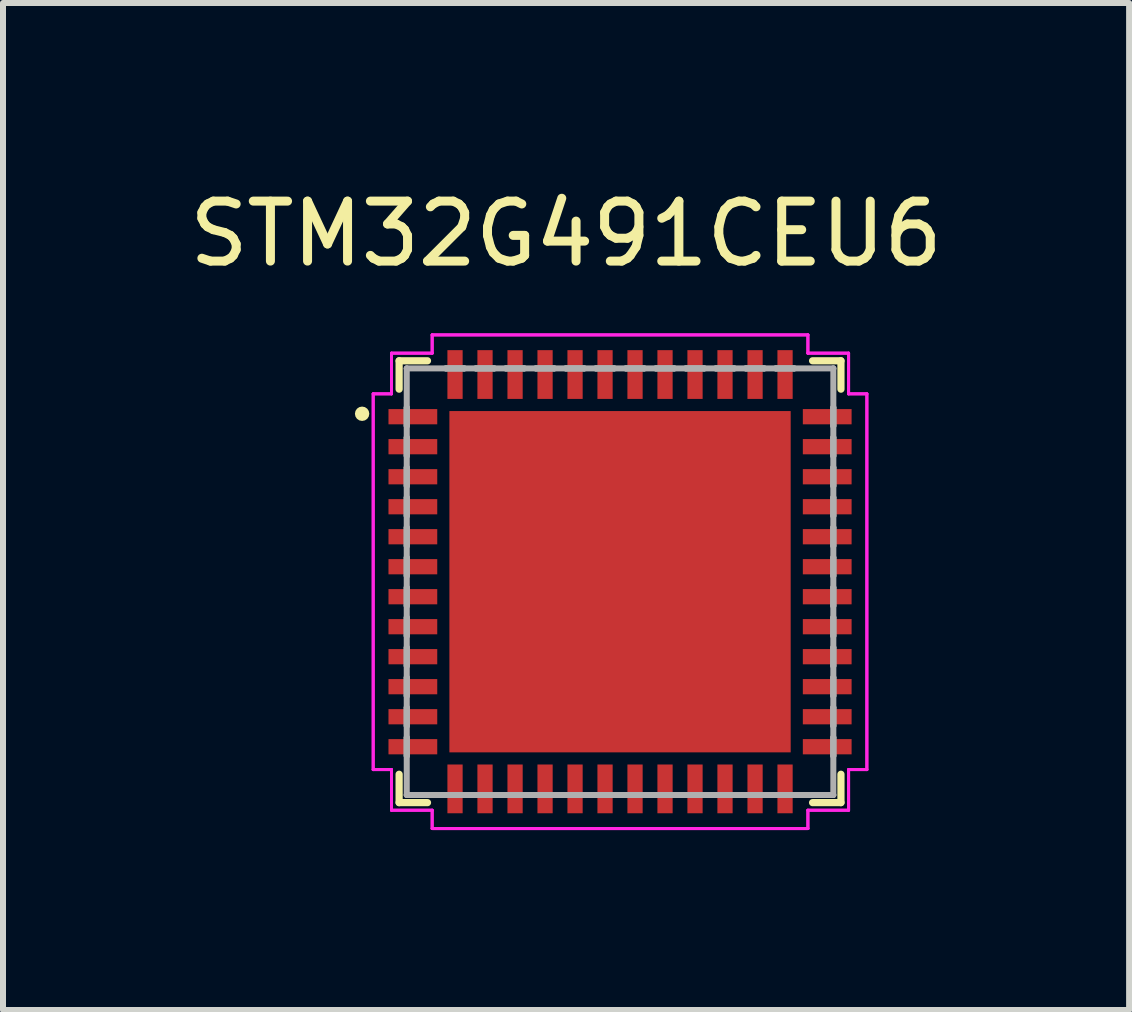
<source format=kicad_pcb>
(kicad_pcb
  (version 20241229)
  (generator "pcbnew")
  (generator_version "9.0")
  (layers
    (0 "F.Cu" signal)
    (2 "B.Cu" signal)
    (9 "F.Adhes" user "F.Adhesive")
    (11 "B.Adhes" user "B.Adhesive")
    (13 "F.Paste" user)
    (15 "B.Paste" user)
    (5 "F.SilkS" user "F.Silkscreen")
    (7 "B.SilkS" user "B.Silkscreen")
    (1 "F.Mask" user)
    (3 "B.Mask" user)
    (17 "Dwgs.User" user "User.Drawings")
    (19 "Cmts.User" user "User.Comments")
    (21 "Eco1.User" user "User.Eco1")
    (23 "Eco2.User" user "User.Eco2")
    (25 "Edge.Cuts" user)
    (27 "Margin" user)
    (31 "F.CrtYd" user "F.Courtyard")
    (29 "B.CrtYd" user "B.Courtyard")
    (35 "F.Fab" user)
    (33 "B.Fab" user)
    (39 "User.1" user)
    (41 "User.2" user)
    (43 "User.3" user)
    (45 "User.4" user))
  (footprint "STM32G491CEU6"
    (layer "F.Cu")
    (at 7.287 6.648)
    (property "Reference" "STM32G491CEU6" (at -0.9 -5.8 0) (layer "F.SilkS") (effects (font (size 1 1) (thickness 0.15))))
    (attr through_hole)
    (fp_line (start -3.683 -3.683) (end -3.683 -3.21) (stroke (width 0.12) (type solid)) (layer "F.SilkS"))
    (fp_line (start -3.683 3.21) (end -3.683 3.683) (stroke (width 0.12) (type solid)) (layer "F.SilkS"))
    (fp_line (start -3.683 3.683) (end -3.21 3.683) (stroke (width 0.12) (type solid)) (layer "F.SilkS"))
    (fp_line (start -3.21 -3.683) (end -3.683 -3.683) (stroke (width 0.12) (type solid)) (layer "F.SilkS"))
    (fp_line (start 3.21 3.683) (end 3.683 3.683) (stroke (width 0.12) (type solid)) (layer "F.SilkS"))
    (fp_line (start 3.683 -3.683) (end 3.21 -3.683) (stroke (width 0.12) (type solid)) (layer "F.SilkS"))
    (fp_line (start 3.683 -3.21) (end 3.683 -3.683) (stroke (width 0.12) (type solid)) (layer "F.SilkS"))
    (fp_line (start 3.683 3.683) (end 3.683 3.21) (stroke (width 0.12) (type solid)) (layer "F.SilkS"))
    (fp_circle (center -4.3 -2.8) (end -4.3 -2.8) (stroke (width 0.12) (type solid)) (fill no) (layer "F.SilkS"))
    (fp_poly (pts (xy -2.022 -1.822) (xy -2.022 -0.6) (xy -0.8 -0.6) (xy -0.8 -1.822)) (stroke (width 0.1) (type solid)) (fill yes) (layer "F.Paste"))
    (fp_poly (pts (xy -2.022 0.6) (xy -2.022 1.822) (xy -0.8 1.822) (xy -0.8 0.6)) (stroke (width 0.1) (type solid)) (fill yes) (layer "F.Paste"))
    (fp_poly (pts (xy 0.7 -1.822) (xy 0.7 -0.6) (xy 1.922 -0.6) (xy 1.922 -1.822)) (stroke (width 0.1) (type solid)) (fill yes) (layer "F.Paste"))
    (fp_poly (pts (xy 0.7 0.6) (xy 0.7 1.822) (xy 1.922 1.822) (xy 1.922 0.6)) (stroke (width 0.1) (type solid)) (fill yes) (layer "F.Paste"))
    (fp_line (start -4.115 -3.132) (end -3.81 -3.132) (stroke (width 0.05) (type solid)) (layer "F.CrtYd"))
    (fp_line (start -4.115 -3.132) (end -3.81 -3.132) (stroke (width 0.05) (type solid)) (layer "F.CrtYd"))
    (fp_line (start -4.115 3.132) (end -4.115 -3.132) (stroke (width 0.05) (type solid)) (layer "F.CrtYd"))
    (fp_line (start -4.115 3.132) (end -4.115 -3.132) (stroke (width 0.05) (type solid)) (layer "F.CrtYd"))
    (fp_line (start -3.81 -3.81) (end -3.132 -3.81) (stroke (width 0.05) (type solid)) (layer "F.CrtYd"))
    (fp_line (start -3.81 -3.81) (end -3.132 -3.81) (stroke (width 0.05) (type solid)) (layer "F.CrtYd"))
    (fp_line (start -3.81 -3.132) (end -3.81 -3.81) (stroke (width 0.05) (type solid)) (layer "F.CrtYd"))
    (fp_line (start -3.81 -3.132) (end -3.81 -3.81) (stroke (width 0.05) (type solid)) (layer "F.CrtYd"))
    (fp_line (start -3.81 3.132) (end -4.115 3.132) (stroke (width 0.05) (type solid)) (layer "F.CrtYd"))
    (fp_line (start -3.81 3.132) (end -4.115 3.132) (stroke (width 0.05) (type solid)) (layer "F.CrtYd"))
    (fp_line (start -3.81 3.81) (end -3.81 3.132) (stroke (width 0.05) (type solid)) (layer "F.CrtYd"))
    (fp_line (start -3.81 3.81) (end -3.81 3.132) (stroke (width 0.05) (type solid)) (layer "F.CrtYd"))
    (fp_line (start -3.132 -4.115) (end 3.132 -4.115) (stroke (width 0.05) (type solid)) (layer "F.CrtYd"))
    (fp_line (start -3.132 -4.115) (end 3.132 -4.115) (stroke (width 0.05) (type solid)) (layer "F.CrtYd"))
    (fp_line (start -3.132 -3.81) (end -3.132 -4.115) (stroke (width 0.05) (type solid)) (layer "F.CrtYd"))
    (fp_line (start -3.132 -3.81) (end -3.132 -4.115) (stroke (width 0.05) (type solid)) (layer "F.CrtYd"))
    (fp_line (start -3.132 3.81) (end -3.81 3.81) (stroke (width 0.05) (type solid)) (layer "F.CrtYd"))
    (fp_line (start -3.132 3.81) (end -3.81 3.81) (stroke (width 0.05) (type solid)) (layer "F.CrtYd"))
    (fp_line (start -3.132 4.115) (end -3.132 3.81) (stroke (width 0.05) (type solid)) (layer "F.CrtYd"))
    (fp_line (start -3.132 4.115) (end -3.132 3.81) (stroke (width 0.05) (type solid)) (layer "F.CrtYd"))
    (fp_line (start 3.132 -4.115) (end 3.132 -3.81) (stroke (width 0.05) (type solid)) (layer "F.CrtYd"))
    (fp_line (start 3.132 -4.115) (end 3.132 -3.81) (stroke (width 0.05) (type solid)) (layer "F.CrtYd"))
    (fp_line (start 3.132 -3.81) (end 3.81 -3.81) (stroke (width 0.05) (type solid)) (layer "F.CrtYd"))
    (fp_line (start 3.132 -3.81) (end 3.81 -3.81) (stroke (width 0.05) (type solid)) (layer "F.CrtYd"))
    (fp_line (start 3.132 3.81) (end 3.132 4.115) (stroke (width 0.05) (type solid)) (layer "F.CrtYd"))
    (fp_line (start 3.132 3.81) (end 3.132 4.115) (stroke (width 0.05) (type solid)) (layer "F.CrtYd"))
    (fp_line (start 3.132 4.115) (end -3.132 4.115) (stroke (width 0.05) (type solid)) (layer "F.CrtYd"))
    (fp_line (start 3.132 4.115) (end -3.132 4.115) (stroke (width 0.05) (type solid)) (layer "F.CrtYd"))
    (fp_line (start 3.81 -3.81) (end 3.81 -3.132) (stroke (width 0.05) (type solid)) (layer "F.CrtYd"))
    (fp_line (start 3.81 -3.81) (end 3.81 -3.132) (stroke (width 0.05) (type solid)) (layer "F.CrtYd"))
    (fp_line (start 3.81 -3.132) (end 4.115 -3.132) (stroke (width 0.05) (type solid)) (layer "F.CrtYd"))
    (fp_line (start 3.81 -3.132) (end 4.115 -3.132) (stroke (width 0.05) (type solid)) (layer "F.CrtYd"))
    (fp_line (start 3.81 3.132) (end 3.81 3.81) (stroke (width 0.05) (type solid)) (layer "F.CrtYd"))
    (fp_line (start 3.81 3.132) (end 3.81 3.81) (stroke (width 0.05) (type solid)) (layer "F.CrtYd"))
    (fp_line (start 3.81 3.81) (end 3.132 3.81) (stroke (width 0.05) (type solid)) (layer "F.CrtYd"))
    (fp_line (start 3.81 3.81) (end 3.132 3.81) (stroke (width 0.05) (type solid)) (layer "F.CrtYd"))
    (fp_line (start 4.115 -3.132) (end 4.115 3.132) (stroke (width 0.05) (type solid)) (layer "F.CrtYd"))
    (fp_line (start 4.115 -3.132) (end 4.115 3.132) (stroke (width 0.05) (type solid)) (layer "F.CrtYd"))
    (fp_line (start 4.115 3.132) (end 3.81 3.132) (stroke (width 0.05) (type solid)) (layer "F.CrtYd"))
    (fp_line (start 4.115 3.132) (end 3.81 3.132) (stroke (width 0.05) (type solid)) (layer "F.CrtYd"))
    (fp_line (start -3.556 -3.556) (end -3.556 -3.556) (stroke (width 0.1) (type solid)) (layer "F.Fab"))
    (fp_line (start -3.556 -3.556) (end -3.556 3.556) (stroke (width 0.1) (type solid)) (layer "F.Fab"))
    (fp_line (start -3.556 -2.903) (end -3.556 -2.903) (stroke (width 0.1) (type solid)) (layer "F.Fab"))
    (fp_line (start -3.556 -2.903) (end -3.556 -2.598) (stroke (width 0.1) (type solid)) (layer "F.Fab"))
    (fp_line (start -3.556 -2.598) (end -3.556 -2.903) (stroke (width 0.1) (type solid)) (layer "F.Fab"))
    (fp_line (start -3.556 -2.598) (end -3.556 -2.598) (stroke (width 0.1) (type solid)) (layer "F.Fab"))
    (fp_line (start -3.556 -2.403) (end -3.556 -2.403) (stroke (width 0.1) (type solid)) (layer "F.Fab"))
    (fp_line (start -3.556 -2.403) (end -3.556 -2.098) (stroke (width 0.1) (type solid)) (layer "F.Fab"))
    (fp_line (start -3.556 -2.098) (end -3.556 -2.403) (stroke (width 0.1) (type solid)) (layer "F.Fab"))
    (fp_line (start -3.556 -2.098) (end -3.556 -2.098) (stroke (width 0.1) (type solid)) (layer "F.Fab"))
    (fp_line (start -3.556 -1.903) (end -3.556 -1.903) (stroke (width 0.1) (type solid)) (layer "F.Fab"))
    (fp_line (start -3.556 -1.903) (end -3.556 -1.598) (stroke (width 0.1) (type solid)) (layer "F.Fab"))
    (fp_line (start -3.556 -1.598) (end -3.556 -1.903) (stroke (width 0.1) (type solid)) (layer "F.Fab"))
    (fp_line (start -3.556 -1.598) (end -3.556 -1.598) (stroke (width 0.1) (type solid)) (layer "F.Fab"))
    (fp_line (start -3.556 -1.403) (end -3.556 -1.403) (stroke (width 0.1) (type solid)) (layer "F.Fab"))
    (fp_line (start -3.556 -1.403) (end -3.556 -1.098) (stroke (width 0.1) (type solid)) (layer "F.Fab"))
    (fp_line (start -3.556 -1.098) (end -3.556 -1.403) (stroke (width 0.1) (type solid)) (layer "F.Fab"))
    (fp_line (start -3.556 -1.098) (end -3.556 -1.098) (stroke (width 0.1) (type solid)) (layer "F.Fab"))
    (fp_line (start -3.556 -0.903) (end -3.556 -0.903) (stroke (width 0.1) (type solid)) (layer "F.Fab"))
    (fp_line (start -3.556 -0.903) (end -3.556 -0.598) (stroke (width 0.1) (type solid)) (layer "F.Fab"))
    (fp_line (start -3.556 -0.598) (end -3.556 -0.903) (stroke (width 0.1) (type solid)) (layer "F.Fab"))
    (fp_line (start -3.556 -0.598) (end -3.556 -0.598) (stroke (width 0.1) (type solid)) (layer "F.Fab"))
    (fp_line (start -3.556 -0.402) (end -3.556 -0.402) (stroke (width 0.1) (type solid)) (layer "F.Fab"))
    (fp_line (start -3.556 -0.402) (end -3.556 -0.098) (stroke (width 0.1) (type solid)) (layer "F.Fab"))
    (fp_line (start -3.556 -0.098) (end -3.556 -0.402) (stroke (width 0.1) (type solid)) (layer "F.Fab"))
    (fp_line (start -3.556 -0.098) (end -3.556 -0.098) (stroke (width 0.1) (type solid)) (layer "F.Fab"))
    (fp_line (start -3.556 0.098) (end -3.556 0.098) (stroke (width 0.1) (type solid)) (layer "F.Fab"))
    (fp_line (start -3.556 0.098) (end -3.556 0.402) (stroke (width 0.1) (type solid)) (layer "F.Fab"))
    (fp_line (start -3.556 0.402) (end -3.556 0.098) (stroke (width 0.1) (type solid)) (layer "F.Fab"))
    (fp_line (start -3.556 0.402) (end -3.556 0.402) (stroke (width 0.1) (type solid)) (layer "F.Fab"))
    (fp_line (start -3.556 0.598) (end -3.556 0.598) (stroke (width 0.1) (type solid)) (layer "F.Fab"))
    (fp_line (start -3.556 0.598) (end -3.556 0.903) (stroke (width 0.1) (type solid)) (layer "F.Fab"))
    (fp_line (start -3.556 0.903) (end -3.556 0.598) (stroke (width 0.1) (type solid)) (layer "F.Fab"))
    (fp_line (start -3.556 0.903) (end -3.556 0.903) (stroke (width 0.1) (type solid)) (layer "F.Fab"))
    (fp_line (start -3.556 1.098) (end -3.556 1.098) (stroke (width 0.1) (type solid)) (layer "F.Fab"))
    (fp_line (start -3.556 1.098) (end -3.556 1.403) (stroke (width 0.1) (type solid)) (layer "F.Fab"))
    (fp_line (start -3.556 1.403) (end -3.556 1.098) (stroke (width 0.1) (type solid)) (layer "F.Fab"))
    (fp_line (start -3.556 1.403) (end -3.556 1.403) (stroke (width 0.1) (type solid)) (layer "F.Fab"))
    (fp_line (start -3.556 1.598) (end -3.556 1.598) (stroke (width 0.1) (type solid)) (layer "F.Fab"))
    (fp_line (start -3.556 1.598) (end -3.556 1.903) (stroke (width 0.1) (type solid)) (layer "F.Fab"))
    (fp_line (start -3.556 1.903) (end -3.556 1.598) (stroke (width 0.1) (type solid)) (layer "F.Fab"))
    (fp_line (start -3.556 1.903) (end -3.556 1.903) (stroke (width 0.1) (type solid)) (layer "F.Fab"))
    (fp_line (start -3.556 2.098) (end -3.556 2.098) (stroke (width 0.1) (type solid)) (layer "F.Fab"))
    (fp_line (start -3.556 2.098) (end -3.556 2.403) (stroke (width 0.1) (type solid)) (layer "F.Fab"))
    (fp_line (start -3.556 2.403) (end -3.556 2.098) (stroke (width 0.1) (type solid)) (layer "F.Fab"))
    (fp_line (start -3.556 2.403) (end -3.556 2.403) (stroke (width 0.1) (type solid)) (layer "F.Fab"))
    (fp_line (start -3.556 2.598) (end -3.556 2.598) (stroke (width 0.1) (type solid)) (layer "F.Fab"))
    (fp_line (start -3.556 2.598) (end -3.556 2.903) (stroke (width 0.1) (type solid)) (layer "F.Fab"))
    (fp_line (start -3.556 2.903) (end -3.556 2.598) (stroke (width 0.1) (type solid)) (layer "F.Fab"))
    (fp_line (start -3.556 2.903) (end -3.556 2.903) (stroke (width 0.1) (type solid)) (layer "F.Fab"))
    (fp_line (start -3.556 3.556) (end -3.556 3.556) (stroke (width 0.1) (type solid)) (layer "F.Fab"))
    (fp_line (start -3.556 3.556) (end 3.556 3.556) (stroke (width 0.1) (type solid)) (layer "F.Fab"))
    (fp_line (start -2.903 -3.556) (end -2.903 -3.556) (stroke (width 0.1) (type solid)) (layer "F.Fab"))
    (fp_line (start -2.903 -3.556) (end -2.598 -3.556) (stroke (width 0.1) (type solid)) (layer "F.Fab"))
    (fp_line (start -2.903 3.556) (end -2.903 3.556) (stroke (width 0.1) (type solid)) (layer "F.Fab"))
    (fp_line (start -2.903 3.556) (end -2.598 3.556) (stroke (width 0.1) (type solid)) (layer "F.Fab"))
    (fp_line (start -2.598 -3.556) (end -2.903 -3.556) (stroke (width 0.1) (type solid)) (layer "F.Fab"))
    (fp_line (start -2.598 -3.556) (end -2.598 -3.556) (stroke (width 0.1) (type solid)) (layer "F.Fab"))
    (fp_line (start -2.598 3.556) (end -2.903 3.556) (stroke (width 0.1) (type solid)) (layer "F.Fab"))
    (fp_line (start -2.598 3.556) (end -2.598 3.556) (stroke (width 0.1) (type solid)) (layer "F.Fab"))
    (fp_line (start -2.403 -3.556) (end -2.403 -3.556) (stroke (width 0.1) (type solid)) (layer "F.Fab"))
    (fp_line (start -2.403 -3.556) (end -2.098 -3.556) (stroke (width 0.1) (type solid)) (layer "F.Fab"))
    (fp_line (start -2.403 3.556) (end -2.403 3.556) (stroke (width 0.1) (type solid)) (layer "F.Fab"))
    (fp_line (start -2.403 3.556) (end -2.098 3.556) (stroke (width 0.1) (type solid)) (layer "F.Fab"))
    (fp_line (start -2.098 -3.556) (end -2.403 -3.556) (stroke (width 0.1) (type solid)) (layer "F.Fab"))
    (fp_line (start -2.098 -3.556) (end -2.098 -3.556) (stroke (width 0.1) (type solid)) (layer "F.Fab"))
    (fp_line (start -2.098 3.556) (end -2.403 3.556) (stroke (width 0.1) (type solid)) (layer "F.Fab"))
    (fp_line (start -2.098 3.556) (end -2.098 3.556) (stroke (width 0.1) (type solid)) (layer "F.Fab"))
    (fp_line (start -1.903 -3.556) (end -1.903 -3.556) (stroke (width 0.1) (type solid)) (layer "F.Fab"))
    (fp_line (start -1.903 -3.556) (end -1.598 -3.556) (stroke (width 0.1) (type solid)) (layer "F.Fab"))
    (fp_line (start -1.903 3.556) (end -1.903 3.556) (stroke (width 0.1) (type solid)) (layer "F.Fab"))
    (fp_line (start -1.903 3.556) (end -1.598 3.556) (stroke (width 0.1) (type solid)) (layer "F.Fab"))
    (fp_line (start -1.598 -3.556) (end -1.903 -3.556) (stroke (width 0.1) (type solid)) (layer "F.Fab"))
    (fp_line (start -1.598 -3.556) (end -1.598 -3.556) (stroke (width 0.1) (type solid)) (layer "F.Fab"))
    (fp_line (start -1.598 3.556) (end -1.903 3.556) (stroke (width 0.1) (type solid)) (layer "F.Fab"))
    (fp_line (start -1.598 3.556) (end -1.598 3.556) (stroke (width 0.1) (type solid)) (layer "F.Fab"))
    (fp_line (start -1.403 -3.556) (end -1.403 -3.556) (stroke (width 0.1) (type solid)) (layer "F.Fab"))
    (fp_line (start -1.403 -3.556) (end -1.098 -3.556) (stroke (width 0.1) (type solid)) (layer "F.Fab"))
    (fp_line (start -1.403 3.556) (end -1.403 3.556) (stroke (width 0.1) (type solid)) (layer "F.Fab"))
    (fp_line (start -1.403 3.556) (end -1.098 3.556) (stroke (width 0.1) (type solid)) (layer "F.Fab"))
    (fp_line (start -1.098 -3.556) (end -1.403 -3.556) (stroke (width 0.1) (type solid)) (layer "F.Fab"))
    (fp_line (start -1.098 -3.556) (end -1.098 -3.556) (stroke (width 0.1) (type solid)) (layer "F.Fab"))
    (fp_line (start -1.098 3.556) (end -1.403 3.556) (stroke (width 0.1) (type solid)) (layer "F.Fab"))
    (fp_line (start -1.098 3.556) (end -1.098 3.556) (stroke (width 0.1) (type solid)) (layer "F.Fab"))
    (fp_line (start -0.903 -3.556) (end -0.903 -3.556) (stroke (width 0.1) (type solid)) (layer "F.Fab"))
    (fp_line (start -0.903 -3.556) (end -0.598 -3.556) (stroke (width 0.1) (type solid)) (layer "F.Fab"))
    (fp_line (start -0.903 3.556) (end -0.903 3.556) (stroke (width 0.1) (type solid)) (layer "F.Fab"))
    (fp_line (start -0.903 3.556) (end -0.598 3.556) (stroke (width 0.1) (type solid)) (layer "F.Fab"))
    (fp_line (start -0.598 -3.556) (end -0.903 -3.556) (stroke (width 0.1) (type solid)) (layer "F.Fab"))
    (fp_line (start -0.598 -3.556) (end -0.598 -3.556) (stroke (width 0.1) (type solid)) (layer "F.Fab"))
    (fp_line (start -0.598 3.556) (end -0.903 3.556) (stroke (width 0.1) (type solid)) (layer "F.Fab"))
    (fp_line (start -0.598 3.556) (end -0.598 3.556) (stroke (width 0.1) (type solid)) (layer "F.Fab"))
    (fp_line (start -0.402 -3.556) (end -0.402 -3.556) (stroke (width 0.1) (type solid)) (layer "F.Fab"))
    (fp_line (start -0.402 -3.556) (end -0.098 -3.556) (stroke (width 0.1) (type solid)) (layer "F.Fab"))
    (fp_line (start -0.402 3.556) (end -0.402 3.556) (stroke (width 0.1) (type solid)) (layer "F.Fab"))
    (fp_line (start -0.402 3.556) (end -0.098 3.556) (stroke (width 0.1) (type solid)) (layer "F.Fab"))
    (fp_line (start -0.098 -3.556) (end -0.402 -3.556) (stroke (width 0.1) (type solid)) (layer "F.Fab"))
    (fp_line (start -0.098 -3.556) (end -0.098 -3.556) (stroke (width 0.1) (type solid)) (layer "F.Fab"))
    (fp_line (start -0.098 3.556) (end -0.402 3.556) (stroke (width 0.1) (type solid)) (layer "F.Fab"))
    (fp_line (start -0.098 3.556) (end -0.098 3.556) (stroke (width 0.1) (type solid)) (layer "F.Fab"))
    (fp_line (start 0.098 -3.556) (end 0.098 -3.556) (stroke (width 0.1) (type solid)) (layer "F.Fab"))
    (fp_line (start 0.098 -3.556) (end 0.402 -3.556) (stroke (width 0.1) (type solid)) (layer "F.Fab"))
    (fp_line (start 0.098 3.556) (end 0.098 3.556) (stroke (width 0.1) (type solid)) (layer "F.Fab"))
    (fp_line (start 0.098 3.556) (end 0.402 3.556) (stroke (width 0.1) (type solid)) (layer "F.Fab"))
    (fp_line (start 0.402 -3.556) (end 0.098 -3.556) (stroke (width 0.1) (type solid)) (layer "F.Fab"))
    (fp_line (start 0.402 -3.556) (end 0.402 -3.556) (stroke (width 0.1) (type solid)) (layer "F.Fab"))
    (fp_line (start 0.402 3.556) (end 0.098 3.556) (stroke (width 0.1) (type solid)) (layer "F.Fab"))
    (fp_line (start 0.402 3.556) (end 0.402 3.556) (stroke (width 0.1) (type solid)) (layer "F.Fab"))
    (fp_line (start 0.598 -3.556) (end 0.598 -3.556) (stroke (width 0.1) (type solid)) (layer "F.Fab"))
    (fp_line (start 0.598 -3.556) (end 0.903 -3.556) (stroke (width 0.1) (type solid)) (layer "F.Fab"))
    (fp_line (start 0.598 3.556) (end 0.598 3.556) (stroke (width 0.1) (type solid)) (layer "F.Fab"))
    (fp_line (start 0.598 3.556) (end 0.903 3.556) (stroke (width 0.1) (type solid)) (layer "F.Fab"))
    (fp_line (start 0.903 -3.556) (end 0.598 -3.556) (stroke (width 0.1) (type solid)) (layer "F.Fab"))
    (fp_line (start 0.903 -3.556) (end 0.903 -3.556) (stroke (width 0.1) (type solid)) (layer "F.Fab"))
    (fp_line (start 0.903 3.556) (end 0.598 3.556) (stroke (width 0.1) (type solid)) (layer "F.Fab"))
    (fp_line (start 0.903 3.556) (end 0.903 3.556) (stroke (width 0.1) (type solid)) (layer "F.Fab"))
    (fp_line (start 1.098 -3.556) (end 1.098 -3.556) (stroke (width 0.1) (type solid)) (layer "F.Fab"))
    (fp_line (start 1.098 -3.556) (end 1.403 -3.556) (stroke (width 0.1) (type solid)) (layer "F.Fab"))
    (fp_line (start 1.098 3.556) (end 1.098 3.556) (stroke (width 0.1) (type solid)) (layer "F.Fab"))
    (fp_line (start 1.098 3.556) (end 1.403 3.556) (stroke (width 0.1) (type solid)) (layer "F.Fab"))
    (fp_line (start 1.403 -3.556) (end 1.098 -3.556) (stroke (width 0.1) (type solid)) (layer "F.Fab"))
    (fp_line (start 1.403 -3.556) (end 1.403 -3.556) (stroke (width 0.1) (type solid)) (layer "F.Fab"))
    (fp_line (start 1.403 3.556) (end 1.098 3.556) (stroke (width 0.1) (type solid)) (layer "F.Fab"))
    (fp_line (start 1.403 3.556) (end 1.403 3.556) (stroke (width 0.1) (type solid)) (layer "F.Fab"))
    (fp_line (start 1.598 -3.556) (end 1.598 -3.556) (stroke (width 0.1) (type solid)) (layer "F.Fab"))
    (fp_line (start 1.598 -3.556) (end 1.903 -3.556) (stroke (width 0.1) (type solid)) (layer "F.Fab"))
    (fp_line (start 1.598 3.556) (end 1.598 3.556) (stroke (width 0.1) (type solid)) (layer "F.Fab"))
    (fp_line (start 1.598 3.556) (end 1.903 3.556) (stroke (width 0.1) (type solid)) (layer "F.Fab"))
    (fp_line (start 1.903 -3.556) (end 1.598 -3.556) (stroke (width 0.1) (type solid)) (layer "F.Fab"))
    (fp_line (start 1.903 -3.556) (end 1.903 -3.556) (stroke (width 0.1) (type solid)) (layer "F.Fab"))
    (fp_line (start 1.903 3.556) (end 1.598 3.556) (stroke (width 0.1) (type solid)) (layer "F.Fab"))
    (fp_line (start 1.903 3.556) (end 1.903 3.556) (stroke (width 0.1) (type solid)) (layer "F.Fab"))
    (fp_line (start 2.098 -3.556) (end 2.098 -3.556) (stroke (width 0.1) (type solid)) (layer "F.Fab"))
    (fp_line (start 2.098 -3.556) (end 2.403 -3.556) (stroke (width 0.1) (type solid)) (layer "F.Fab"))
    (fp_line (start 2.098 3.556) (end 2.098 3.556) (stroke (width 0.1) (type solid)) (layer "F.Fab"))
    (fp_line (start 2.098 3.556) (end 2.403 3.556) (stroke (width 0.1) (type solid)) (layer "F.Fab"))
    (fp_line (start 2.403 -3.556) (end 2.098 -3.556) (stroke (width 0.1) (type solid)) (layer "F.Fab"))
    (fp_line (start 2.403 -3.556) (end 2.403 -3.556) (stroke (width 0.1) (type solid)) (layer "F.Fab"))
    (fp_line (start 2.403 3.556) (end 2.098 3.556) (stroke (width 0.1) (type solid)) (layer "F.Fab"))
    (fp_line (start 2.403 3.556) (end 2.403 3.556) (stroke (width 0.1) (type solid)) (layer "F.Fab"))
    (fp_line (start 2.598 -3.556) (end 2.598 -3.556) (stroke (width 0.1) (type solid)) (layer "F.Fab"))
    (fp_line (start 2.598 -3.556) (end 2.903 -3.556) (stroke (width 0.1) (type solid)) (layer "F.Fab"))
    (fp_line (start 2.598 3.556) (end 2.598 3.556) (stroke (width 0.1) (type solid)) (layer "F.Fab"))
    (fp_line (start 2.598 3.556) (end 2.903 3.556) (stroke (width 0.1) (type solid)) (layer "F.Fab"))
    (fp_line (start 2.903 -3.556) (end 2.598 -3.556) (stroke (width 0.1) (type solid)) (layer "F.Fab"))
    (fp_line (start 2.903 -3.556) (end 2.903 -3.556) (stroke (width 0.1) (type solid)) (layer "F.Fab"))
    (fp_line (start 2.903 3.556) (end 2.598 3.556) (stroke (width 0.1) (type solid)) (layer "F.Fab"))
    (fp_line (start 2.903 3.556) (end 2.903 3.556) (stroke (width 0.1) (type solid)) (layer "F.Fab"))
    (fp_line (start 3.556 -3.556) (end -3.556 -3.556) (stroke (width 0.1) (type solid)) (layer "F.Fab"))
    (fp_line (start 3.556 -3.556) (end 3.556 -3.556) (stroke (width 0.1) (type solid)) (layer "F.Fab"))
    (fp_line (start 3.556 -2.903) (end 3.556 -2.903) (stroke (width 0.1) (type solid)) (layer "F.Fab"))
    (fp_line (start 3.556 -2.903) (end 3.556 -2.598) (stroke (width 0.1) (type solid)) (layer "F.Fab"))
    (fp_line (start 3.556 -2.598) (end 3.556 -2.903) (stroke (width 0.1) (type solid)) (layer "F.Fab"))
    (fp_line (start 3.556 -2.598) (end 3.556 -2.598) (stroke (width 0.1) (type solid)) (layer "F.Fab"))
    (fp_line (start 3.556 -2.403) (end 3.556 -2.403) (stroke (width 0.1) (type solid)) (layer "F.Fab"))
    (fp_line (start 3.556 -2.403) (end 3.556 -2.098) (stroke (width 0.1) (type solid)) (layer "F.Fab"))
    (fp_line (start 3.556 -2.098) (end 3.556 -2.403) (stroke (width 0.1) (type solid)) (layer "F.Fab"))
    (fp_line (start 3.556 -2.098) (end 3.556 -2.098) (stroke (width 0.1) (type solid)) (layer "F.Fab"))
    (fp_line (start 3.556 -1.903) (end 3.556 -1.903) (stroke (width 0.1) (type solid)) (layer "F.Fab"))
    (fp_line (start 3.556 -1.903) (end 3.556 -1.598) (stroke (width 0.1) (type solid)) (layer "F.Fab"))
    (fp_line (start 3.556 -1.598) (end 3.556 -1.903) (stroke (width 0.1) (type solid)) (layer "F.Fab"))
    (fp_line (start 3.556 -1.598) (end 3.556 -1.598) (stroke (width 0.1) (type solid)) (layer "F.Fab"))
    (fp_line (start 3.556 -1.403) (end 3.556 -1.403) (stroke (width 0.1) (type solid)) (layer "F.Fab"))
    (fp_line (start 3.556 -1.403) (end 3.556 -1.098) (stroke (width 0.1) (type solid)) (layer "F.Fab"))
    (fp_line (start 3.556 -1.098) (end 3.556 -1.403) (stroke (width 0.1) (type solid)) (layer "F.Fab"))
    (fp_line (start 3.556 -1.098) (end 3.556 -1.098) (stroke (width 0.1) (type solid)) (layer "F.Fab"))
    (fp_line (start 3.556 -0.903) (end 3.556 -0.903) (stroke (width 0.1) (type solid)) (layer "F.Fab"))
    (fp_line (start 3.556 -0.903) (end 3.556 -0.598) (stroke (width 0.1) (type solid)) (layer "F.Fab"))
    (fp_line (start 3.556 -0.598) (end 3.556 -0.903) (stroke (width 0.1) (type solid)) (layer "F.Fab"))
    (fp_line (start 3.556 -0.598) (end 3.556 -0.598) (stroke (width 0.1) (type solid)) (layer "F.Fab"))
    (fp_line (start 3.556 -0.402) (end 3.556 -0.402) (stroke (width 0.1) (type solid)) (layer "F.Fab"))
    (fp_line (start 3.556 -0.402) (end 3.556 -0.098) (stroke (width 0.1) (type solid)) (layer "F.Fab"))
    (fp_line (start 3.556 -0.098) (end 3.556 -0.402) (stroke (width 0.1) (type solid)) (layer "F.Fab"))
    (fp_line (start 3.556 -0.098) (end 3.556 -0.098) (stroke (width 0.1) (type solid)) (layer "F.Fab"))
    (fp_line (start 3.556 0.098) (end 3.556 0.098) (stroke (width 0.1) (type solid)) (layer "F.Fab"))
    (fp_line (start 3.556 0.098) (end 3.556 0.402) (stroke (width 0.1) (type solid)) (layer "F.Fab"))
    (fp_line (start 3.556 0.402) (end 3.556 0.098) (stroke (width 0.1) (type solid)) (layer "F.Fab"))
    (fp_line (start 3.556 0.402) (end 3.556 0.402) (stroke (width 0.1) (type solid)) (layer "F.Fab"))
    (fp_line (start 3.556 0.598) (end 3.556 0.598) (stroke (width 0.1) (type solid)) (layer "F.Fab"))
    (fp_line (start 3.556 0.598) (end 3.556 0.903) (stroke (width 0.1) (type solid)) (layer "F.Fab"))
    (fp_line (start 3.556 0.903) (end 3.556 0.598) (stroke (width 0.1) (type solid)) (layer "F.Fab"))
    (fp_line (start 3.556 0.903) (end 3.556 0.903) (stroke (width 0.1) (type solid)) (layer "F.Fab"))
    (fp_line (start 3.556 1.098) (end 3.556 1.098) (stroke (width 0.1) (type solid)) (layer "F.Fab"))
    (fp_line (start 3.556 1.098) (end 3.556 1.403) (stroke (width 0.1) (type solid)) (layer "F.Fab"))
    (fp_line (start 3.556 1.403) (end 3.556 1.098) (stroke (width 0.1) (type solid)) (layer "F.Fab"))
    (fp_line (start 3.556 1.403) (end 3.556 1.403) (stroke (width 0.1) (type solid)) (layer "F.Fab"))
    (fp_line (start 3.556 1.598) (end 3.556 1.598) (stroke (width 0.1) (type solid)) (layer "F.Fab"))
    (fp_line (start 3.556 1.598) (end 3.556 1.903) (stroke (width 0.1) (type solid)) (layer "F.Fab"))
    (fp_line (start 3.556 1.903) (end 3.556 1.598) (stroke (width 0.1) (type solid)) (layer "F.Fab"))
    (fp_line (start 3.556 1.903) (end 3.556 1.903) (stroke (width 0.1) (type solid)) (layer "F.Fab"))
    (fp_line (start 3.556 2.098) (end 3.556 2.098) (stroke (width 0.1) (type solid)) (layer "F.Fab"))
    (fp_line (start 3.556 2.098) (end 3.556 2.403) (stroke (width 0.1) (type solid)) (layer "F.Fab"))
    (fp_line (start 3.556 2.403) (end 3.556 2.098) (stroke (width 0.1) (type solid)) (layer "F.Fab"))
    (fp_line (start 3.556 2.403) (end 3.556 2.403) (stroke (width 0.1) (type solid)) (layer "F.Fab"))
    (fp_line (start 3.556 2.598) (end 3.556 2.598) (stroke (width 0.1) (type solid)) (layer "F.Fab"))
    (fp_line (start 3.556 2.598) (end 3.556 2.903) (stroke (width 0.1) (type solid)) (layer "F.Fab"))
    (fp_line (start 3.556 2.903) (end 3.556 2.598) (stroke (width 0.1) (type solid)) (layer "F.Fab"))
    (fp_line (start 3.556 2.903) (end 3.556 2.903) (stroke (width 0.1) (type solid)) (layer "F.Fab"))
    (fp_line (start 3.556 3.556) (end 3.556 -3.556) (stroke (width 0.1) (type solid)) (layer "F.Fab"))
    (fp_line (start 3.556 3.556) (end 3.556 3.556) (stroke (width 0.1) (type solid)) (layer "F.Fab"))
    (pad "1" smd rect (at -3.454 -2.751 90) (size 0.254 0.813) (layers "F.Cu" "F.Mask" "F.Paste"))
    (pad "2" smd rect (at -3.454 -2.251 90) (size 0.254 0.813) (layers "F.Cu" "F.Mask" "F.Paste"))
    (pad "3" smd rect (at -3.454 -1.75 90) (size 0.254 0.813) (layers "F.Cu" "F.Mask" "F.Paste"))
    (pad "4" smd rect (at -3.454 -1.25 90) (size 0.254 0.813) (layers "F.Cu" "F.Mask" "F.Paste"))
    (pad "5" smd rect (at -3.454 -0.75 90) (size 0.254 0.813) (layers "F.Cu" "F.Mask" "F.Paste"))
    (pad "6" smd rect (at -3.454 -0.25 90) (size 0.254 0.813) (layers "F.Cu" "F.Mask" "F.Paste"))
    (pad "7" smd rect (at -3.454 0.25 90) (size 0.254 0.813) (layers "F.Cu" "F.Mask" "F.Paste"))
    (pad "8" smd rect (at -3.454 0.75 90) (size 0.254 0.813) (layers "F.Cu" "F.Mask" "F.Paste"))
    (pad "9" smd rect (at -3.454 1.25 90) (size 0.254 0.813) (layers "F.Cu" "F.Mask" "F.Paste"))
    (pad "10" smd rect (at -3.454 1.75 90) (size 0.254 0.813) (layers "F.Cu" "F.Mask" "F.Paste"))
    (pad "11" smd rect (at -3.454 2.251 90) (size 0.254 0.813) (layers "F.Cu" "F.Mask" "F.Paste"))
    (pad "12" smd rect (at -3.454 2.751 90) (size 0.254 0.813) (layers "F.Cu" "F.Mask" "F.Paste"))
    (pad "13" smd rect (at -2.751 3.454) (size 0.254 0.813) (layers "F.Cu" "F.Mask" "F.Paste"))
    (pad "14" smd rect (at -2.251 3.454) (size 0.254 0.813) (layers "F.Cu" "F.Mask" "F.Paste"))
    (pad "15" smd rect (at -1.75 3.454) (size 0.254 0.813) (layers "F.Cu" "F.Mask" "F.Paste"))
    (pad "16" smd rect (at -1.25 3.454) (size 0.254 0.813) (layers "F.Cu" "F.Mask" "F.Paste"))
    (pad "17" smd rect (at -0.75 3.454) (size 0.254 0.813) (layers "F.Cu" "F.Mask" "F.Paste"))
    (pad "18" smd rect (at -0.25 3.454) (size 0.254 0.813) (layers "F.Cu" "F.Mask" "F.Paste"))
    (pad "19" smd rect (at 0.25 3.454) (size 0.254 0.813) (layers "F.Cu" "F.Mask" "F.Paste"))
    (pad "20" smd rect (at 0.75 3.454) (size 0.254 0.813) (layers "F.Cu" "F.Mask" "F.Paste"))
    (pad "21" smd rect (at 1.25 3.454) (size 0.254 0.813) (layers "F.Cu" "F.Mask" "F.Paste"))
    (pad "22" smd rect (at 1.75 3.454) (size 0.254 0.813) (layers "F.Cu" "F.Mask" "F.Paste"))
    (pad "23" smd rect (at 2.251 3.454) (size 0.254 0.813) (layers "F.Cu" "F.Mask" "F.Paste"))
    (pad "24" smd rect (at 2.751 3.454) (size 0.254 0.813) (layers "F.Cu" "F.Mask" "F.Paste"))
    (pad "25" smd rect (at 3.454 2.751 90) (size 0.254 0.813) (layers "F.Cu" "F.Mask" "F.Paste"))
    (pad "26" smd rect (at 3.454 2.251 90) (size 0.254 0.813) (layers "F.Cu" "F.Mask" "F.Paste"))
    (pad "27" smd rect (at 3.454 1.75 90) (size 0.254 0.813) (layers "F.Cu" "F.Mask" "F.Paste"))
    (pad "28" smd rect (at 3.454 1.25 90) (size 0.254 0.813) (layers "F.Cu" "F.Mask" "F.Paste"))
    (pad "29" smd rect (at 3.454 0.75 90) (size 0.254 0.813) (layers "F.Cu" "F.Mask" "F.Paste"))
    (pad "30" smd rect (at 3.454 0.25 90) (size 0.254 0.813) (layers "F.Cu" "F.Mask" "F.Paste"))
    (pad "31" smd rect (at 3.454 -0.25 90) (size 0.254 0.813) (layers "F.Cu" "F.Mask" "F.Paste"))
    (pad "32" smd rect (at 3.454 -0.75 90) (size 0.254 0.813) (layers "F.Cu" "F.Mask" "F.Paste"))
    (pad "33" smd rect (at 3.454 -1.25 90) (size 0.254 0.813) (layers "F.Cu" "F.Mask" "F.Paste"))
    (pad "34" smd rect (at 3.454 -1.75 90) (size 0.254 0.813) (layers "F.Cu" "F.Mask" "F.Paste"))
    (pad "35" smd rect (at 3.454 -2.251 90) (size 0.254 0.813) (layers "F.Cu" "F.Mask" "F.Paste"))
    (pad "36" smd rect (at 3.454 -2.751 90) (size 0.254 0.813) (layers "F.Cu" "F.Mask" "F.Paste"))
    (pad "37" smd rect (at 2.751 -3.454) (size 0.254 0.813) (layers "F.Cu" "F.Mask" "F.Paste"))
    (pad "38" smd rect (at 2.251 -3.454) (size 0.254 0.813) (layers "F.Cu" "F.Mask" "F.Paste"))
    (pad "39" smd rect (at 1.75 -3.454) (size 0.254 0.813) (layers "F.Cu" "F.Mask" "F.Paste"))
    (pad "40" smd rect (at 1.25 -3.454) (size 0.254 0.813) (layers "F.Cu" "F.Mask" "F.Paste"))
    (pad "41" smd rect (at 0.75 -3.454) (size 0.254 0.813) (layers "F.Cu" "F.Mask" "F.Paste"))
    (pad "42" smd rect (at 0.25 -3.454) (size 0.254 0.813) (layers "F.Cu" "F.Mask" "F.Paste"))
    (pad "43" smd rect (at -0.25 -3.454) (size 0.254 0.813) (layers "F.Cu" "F.Mask" "F.Paste"))
    (pad "44" smd rect (at -0.75 -3.454) (size 0.254 0.813) (layers "F.Cu" "F.Mask" "F.Paste"))
    (pad "45" smd rect (at -1.25 -3.454) (size 0.254 0.813) (layers "F.Cu" "F.Mask" "F.Paste"))
    (pad "46" smd rect (at -1.75 -3.454) (size 0.254 0.813) (layers "F.Cu" "F.Mask" "F.Paste"))
    (pad "47" smd rect (at -2.251 -3.454) (size 0.254 0.813) (layers "F.Cu" "F.Mask" "F.Paste"))
    (pad "48" smd rect (at -2.751 -3.454) (size 0.254 0.813) (layers "F.Cu" "F.Mask" "F.Paste"))
    (pad "49" smd rect (at 0 0) (size 5.69 5.69) (layers "F.Cu" "F.Mask")))
  (gr_rect
    (start -3 -3)
    (end 15.774 13.788)
    (stroke (width 0.1) (type default))
    (fill no)
    (layer "Edge.Cuts")))
</source>
